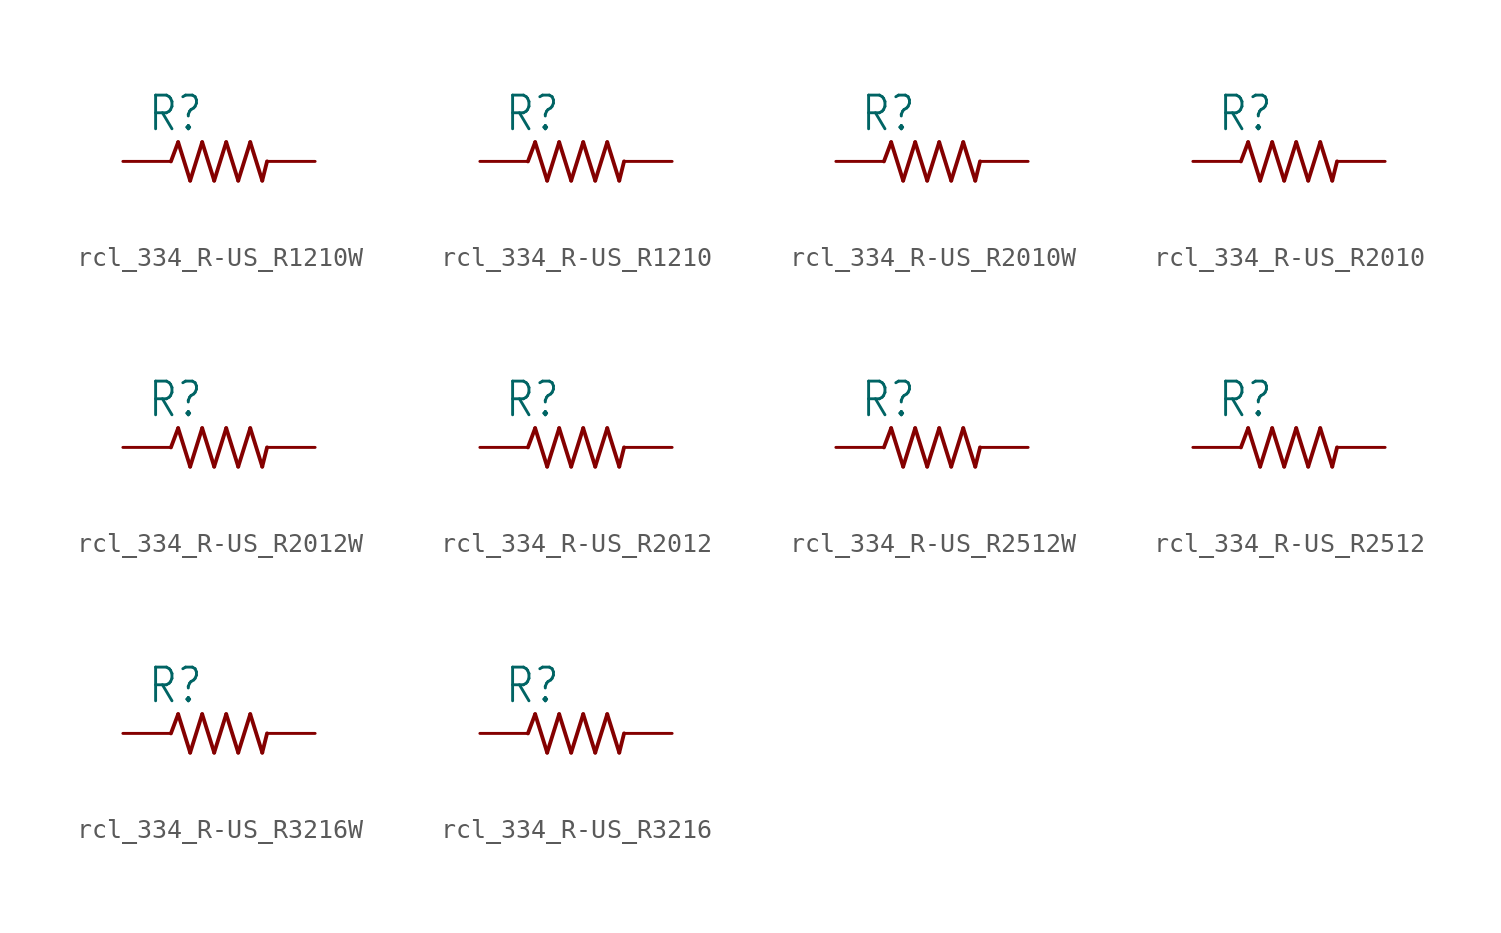
<source format=kicad_sym>
(kicad_symbol_lib
  (version 20241209)
  (generator "kicad_symbol_editor")
  (generator_version "9.0")
  (symbol "rcl_334_R-US_R1210W"
    (property "Reference" "R"
      (at -3.81 1.499 0)
      (effects (font (size 1.778 1.511)) (justify left bottom)))
    (property "Value" ""
      (at -3.81 -3.302 0)
      (effects (font (size 1.778 1.511)) (justify left bottom)))
    (property "ki_locked" ""
      (at 0 0 0)
      (effects (font (size 1.27 1.27))))
    (symbol "rcl_334_R-US_R1210W_1_0"
      (polyline (pts (xy -2.54 0) (xy -2.159 1.016)) (stroke (width 0.203) (type solid)) (fill (type none)))
      (polyline (pts (xy -2.159 1.016) (xy -1.524 -1.016)) (stroke (width 0.203) (type solid)) (fill (type none)))
      (polyline (pts (xy -1.524 -1.016) (xy -0.889 1.016)) (stroke (width 0.203) (type solid)) (fill (type none)))
      (polyline (pts (xy -0.889 1.016) (xy -0.254 -1.016)) (stroke (width 0.203) (type solid)) (fill (type none)))
      (polyline (pts (xy -0.254 -1.016) (xy 0.381 1.016)) (stroke (width 0.203) (type solid)) (fill (type none)))
      (polyline (pts (xy 0.381 1.016) (xy 1.016 -1.016)) (stroke (width 0.203) (type solid)) (fill (type none)))
      (polyline (pts (xy 1.016 -1.016) (xy 1.651 1.016)) (stroke (width 0.203) (type solid)) (fill (type none)))
      (polyline (pts (xy 1.651 1.016) (xy 2.286 -1.016)) (stroke (width 0.203) (type solid)) (fill (type none)))
      (polyline (pts (xy 2.286 -1.016) (xy 2.54 0)) (stroke (width 0.203) (type solid)) (fill (type none)))
      (pin passive line (at -5.08 0 0) (length 2.54) (name "1" (effects (font (size 0 0)))) (number "1" (effects (font (size 0 0)))))
      (pin passive line (at 5.08 0 180) (length 2.54) (name "2" (effects (font (size 0 0)))) (number "2" (effects (font (size 0 0)))))))
  (symbol "rcl_334_R-US_R1210"
    (property "Reference" "R"
      (at -3.81 1.499 0)
      (effects (font (size 1.778 1.511)) (justify left bottom)))
    (property "Value" ""
      (at -3.81 -3.302 0)
      (effects (font (size 1.778 1.511)) (justify left bottom)))
    (property "ki_locked" ""
      (at 0 0 0)
      (effects (font (size 1.27 1.27))))
    (symbol "rcl_334_R-US_R1210_1_0"
      (polyline (pts (xy -2.54 0) (xy -2.159 1.016)) (stroke (width 0.203) (type solid)) (fill (type none)))
      (polyline (pts (xy -2.159 1.016) (xy -1.524 -1.016)) (stroke (width 0.203) (type solid)) (fill (type none)))
      (polyline (pts (xy -1.524 -1.016) (xy -0.889 1.016)) (stroke (width 0.203) (type solid)) (fill (type none)))
      (polyline (pts (xy -0.889 1.016) (xy -0.254 -1.016)) (stroke (width 0.203) (type solid)) (fill (type none)))
      (polyline (pts (xy -0.254 -1.016) (xy 0.381 1.016)) (stroke (width 0.203) (type solid)) (fill (type none)))
      (polyline (pts (xy 0.381 1.016) (xy 1.016 -1.016)) (stroke (width 0.203) (type solid)) (fill (type none)))
      (polyline (pts (xy 1.016 -1.016) (xy 1.651 1.016)) (stroke (width 0.203) (type solid)) (fill (type none)))
      (polyline (pts (xy 1.651 1.016) (xy 2.286 -1.016)) (stroke (width 0.203) (type solid)) (fill (type none)))
      (polyline (pts (xy 2.286 -1.016) (xy 2.54 0)) (stroke (width 0.203) (type solid)) (fill (type none)))
      (pin passive line (at -5.08 0 0) (length 2.54) (name "1" (effects (font (size 0 0)))) (number "1" (effects (font (size 0 0)))))
      (pin passive line (at 5.08 0 180) (length 2.54) (name "2" (effects (font (size 0 0)))) (number "2" (effects (font (size 0 0)))))))
  (symbol "rcl_334_R-US_R2010W"
    (property "Reference" "R"
      (at -3.81 1.499 0)
      (effects (font (size 1.778 1.511)) (justify left bottom)))
    (property "Value" ""
      (at -3.81 -3.302 0)
      (effects (font (size 1.778 1.511)) (justify left bottom)))
    (property "ki_locked" ""
      (at 0 0 0)
      (effects (font (size 1.27 1.27))))
    (symbol "rcl_334_R-US_R2010W_1_0"
      (polyline (pts (xy -2.54 0) (xy -2.159 1.016)) (stroke (width 0.203) (type solid)) (fill (type none)))
      (polyline (pts (xy -2.159 1.016) (xy -1.524 -1.016)) (stroke (width 0.203) (type solid)) (fill (type none)))
      (polyline (pts (xy -1.524 -1.016) (xy -0.889 1.016)) (stroke (width 0.203) (type solid)) (fill (type none)))
      (polyline (pts (xy -0.889 1.016) (xy -0.254 -1.016)) (stroke (width 0.203) (type solid)) (fill (type none)))
      (polyline (pts (xy -0.254 -1.016) (xy 0.381 1.016)) (stroke (width 0.203) (type solid)) (fill (type none)))
      (polyline (pts (xy 0.381 1.016) (xy 1.016 -1.016)) (stroke (width 0.203) (type solid)) (fill (type none)))
      (polyline (pts (xy 1.016 -1.016) (xy 1.651 1.016)) (stroke (width 0.203) (type solid)) (fill (type none)))
      (polyline (pts (xy 1.651 1.016) (xy 2.286 -1.016)) (stroke (width 0.203) (type solid)) (fill (type none)))
      (polyline (pts (xy 2.286 -1.016) (xy 2.54 0)) (stroke (width 0.203) (type solid)) (fill (type none)))
      (pin passive line (at -5.08 0 0) (length 2.54) (name "1" (effects (font (size 0 0)))) (number "1" (effects (font (size 0 0)))))
      (pin passive line (at 5.08 0 180) (length 2.54) (name "2" (effects (font (size 0 0)))) (number "2" (effects (font (size 0 0)))))))
  (symbol "rcl_334_R-US_R2010"
    (property "Reference" "R"
      (at -3.81 1.499 0)
      (effects (font (size 1.778 1.511)) (justify left bottom)))
    (property "Value" ""
      (at -3.81 -3.302 0)
      (effects (font (size 1.778 1.511)) (justify left bottom)))
    (property "ki_locked" ""
      (at 0 0 0)
      (effects (font (size 1.27 1.27))))
    (symbol "rcl_334_R-US_R2010_1_0"
      (polyline (pts (xy -2.54 0) (xy -2.159 1.016)) (stroke (width 0.203) (type solid)) (fill (type none)))
      (polyline (pts (xy -2.159 1.016) (xy -1.524 -1.016)) (stroke (width 0.203) (type solid)) (fill (type none)))
      (polyline (pts (xy -1.524 -1.016) (xy -0.889 1.016)) (stroke (width 0.203) (type solid)) (fill (type none)))
      (polyline (pts (xy -0.889 1.016) (xy -0.254 -1.016)) (stroke (width 0.203) (type solid)) (fill (type none)))
      (polyline (pts (xy -0.254 -1.016) (xy 0.381 1.016)) (stroke (width 0.203) (type solid)) (fill (type none)))
      (polyline (pts (xy 0.381 1.016) (xy 1.016 -1.016)) (stroke (width 0.203) (type solid)) (fill (type none)))
      (polyline (pts (xy 1.016 -1.016) (xy 1.651 1.016)) (stroke (width 0.203) (type solid)) (fill (type none)))
      (polyline (pts (xy 1.651 1.016) (xy 2.286 -1.016)) (stroke (width 0.203) (type solid)) (fill (type none)))
      (polyline (pts (xy 2.286 -1.016) (xy 2.54 0)) (stroke (width 0.203) (type solid)) (fill (type none)))
      (pin passive line (at -5.08 0 0) (length 2.54) (name "1" (effects (font (size 0 0)))) (number "1" (effects (font (size 0 0)))))
      (pin passive line (at 5.08 0 180) (length 2.54) (name "2" (effects (font (size 0 0)))) (number "2" (effects (font (size 0 0)))))))
  (symbol "rcl_334_R-US_R2012W"
    (property "Reference" "R"
      (at -3.81 1.499 0)
      (effects (font (size 1.778 1.511)) (justify left bottom)))
    (property "Value" ""
      (at -3.81 -3.302 0)
      (effects (font (size 1.778 1.511)) (justify left bottom)))
    (property "ki_locked" ""
      (at 0 0 0)
      (effects (font (size 1.27 1.27))))
    (symbol "rcl_334_R-US_R2012W_1_0"
      (polyline (pts (xy -2.54 0) (xy -2.159 1.016)) (stroke (width 0.203) (type solid)) (fill (type none)))
      (polyline (pts (xy -2.159 1.016) (xy -1.524 -1.016)) (stroke (width 0.203) (type solid)) (fill (type none)))
      (polyline (pts (xy -1.524 -1.016) (xy -0.889 1.016)) (stroke (width 0.203) (type solid)) (fill (type none)))
      (polyline (pts (xy -0.889 1.016) (xy -0.254 -1.016)) (stroke (width 0.203) (type solid)) (fill (type none)))
      (polyline (pts (xy -0.254 -1.016) (xy 0.381 1.016)) (stroke (width 0.203) (type solid)) (fill (type none)))
      (polyline (pts (xy 0.381 1.016) (xy 1.016 -1.016)) (stroke (width 0.203) (type solid)) (fill (type none)))
      (polyline (pts (xy 1.016 -1.016) (xy 1.651 1.016)) (stroke (width 0.203) (type solid)) (fill (type none)))
      (polyline (pts (xy 1.651 1.016) (xy 2.286 -1.016)) (stroke (width 0.203) (type solid)) (fill (type none)))
      (polyline (pts (xy 2.286 -1.016) (xy 2.54 0)) (stroke (width 0.203) (type solid)) (fill (type none)))
      (pin passive line (at -5.08 0 0) (length 2.54) (name "1" (effects (font (size 0 0)))) (number "1" (effects (font (size 0 0)))))
      (pin passive line (at 5.08 0 180) (length 2.54) (name "2" (effects (font (size 0 0)))) (number "2" (effects (font (size 0 0)))))))
  (symbol "rcl_334_R-US_R2012"
    (property "Reference" "R"
      (at -3.81 1.499 0)
      (effects (font (size 1.778 1.511)) (justify left bottom)))
    (property "Value" ""
      (at -3.81 -3.302 0)
      (effects (font (size 1.778 1.511)) (justify left bottom)))
    (property "ki_locked" ""
      (at 0 0 0)
      (effects (font (size 1.27 1.27))))
    (symbol "rcl_334_R-US_R2012_1_0"
      (polyline (pts (xy -2.54 0) (xy -2.159 1.016)) (stroke (width 0.203) (type solid)) (fill (type none)))
      (polyline (pts (xy -2.159 1.016) (xy -1.524 -1.016)) (stroke (width 0.203) (type solid)) (fill (type none)))
      (polyline (pts (xy -1.524 -1.016) (xy -0.889 1.016)) (stroke (width 0.203) (type solid)) (fill (type none)))
      (polyline (pts (xy -0.889 1.016) (xy -0.254 -1.016)) (stroke (width 0.203) (type solid)) (fill (type none)))
      (polyline (pts (xy -0.254 -1.016) (xy 0.381 1.016)) (stroke (width 0.203) (type solid)) (fill (type none)))
      (polyline (pts (xy 0.381 1.016) (xy 1.016 -1.016)) (stroke (width 0.203) (type solid)) (fill (type none)))
      (polyline (pts (xy 1.016 -1.016) (xy 1.651 1.016)) (stroke (width 0.203) (type solid)) (fill (type none)))
      (polyline (pts (xy 1.651 1.016) (xy 2.286 -1.016)) (stroke (width 0.203) (type solid)) (fill (type none)))
      (polyline (pts (xy 2.286 -1.016) (xy 2.54 0)) (stroke (width 0.203) (type solid)) (fill (type none)))
      (pin passive line (at -5.08 0 0) (length 2.54) (name "1" (effects (font (size 0 0)))) (number "1" (effects (font (size 0 0)))))
      (pin passive line (at 5.08 0 180) (length 2.54) (name "2" (effects (font (size 0 0)))) (number "2" (effects (font (size 0 0)))))))
  (symbol "rcl_334_R-US_R2512W"
    (property "Reference" "R"
      (at -3.81 1.499 0)
      (effects (font (size 1.778 1.511)) (justify left bottom)))
    (property "Value" ""
      (at -3.81 -3.302 0)
      (effects (font (size 1.778 1.511)) (justify left bottom)))
    (property "ki_locked" ""
      (at 0 0 0)
      (effects (font (size 1.27 1.27))))
    (symbol "rcl_334_R-US_R2512W_1_0"
      (polyline (pts (xy -2.54 0) (xy -2.159 1.016)) (stroke (width 0.203) (type solid)) (fill (type none)))
      (polyline (pts (xy -2.159 1.016) (xy -1.524 -1.016)) (stroke (width 0.203) (type solid)) (fill (type none)))
      (polyline (pts (xy -1.524 -1.016) (xy -0.889 1.016)) (stroke (width 0.203) (type solid)) (fill (type none)))
      (polyline (pts (xy -0.889 1.016) (xy -0.254 -1.016)) (stroke (width 0.203) (type solid)) (fill (type none)))
      (polyline (pts (xy -0.254 -1.016) (xy 0.381 1.016)) (stroke (width 0.203) (type solid)) (fill (type none)))
      (polyline (pts (xy 0.381 1.016) (xy 1.016 -1.016)) (stroke (width 0.203) (type solid)) (fill (type none)))
      (polyline (pts (xy 1.016 -1.016) (xy 1.651 1.016)) (stroke (width 0.203) (type solid)) (fill (type none)))
      (polyline (pts (xy 1.651 1.016) (xy 2.286 -1.016)) (stroke (width 0.203) (type solid)) (fill (type none)))
      (polyline (pts (xy 2.286 -1.016) (xy 2.54 0)) (stroke (width 0.203) (type solid)) (fill (type none)))
      (pin passive line (at -5.08 0 0) (length 2.54) (name "1" (effects (font (size 0 0)))) (number "1" (effects (font (size 0 0)))))
      (pin passive line (at 5.08 0 180) (length 2.54) (name "2" (effects (font (size 0 0)))) (number "2" (effects (font (size 0 0)))))))
  (symbol "rcl_334_R-US_R2512"
    (property "Reference" "R"
      (at -3.81 1.499 0)
      (effects (font (size 1.778 1.511)) (justify left bottom)))
    (property "Value" ""
      (at -3.81 -3.302 0)
      (effects (font (size 1.778 1.511)) (justify left bottom)))
    (property "ki_locked" ""
      (at 0 0 0)
      (effects (font (size 1.27 1.27))))
    (symbol "rcl_334_R-US_R2512_1_0"
      (polyline (pts (xy -2.54 0) (xy -2.159 1.016)) (stroke (width 0.203) (type solid)) (fill (type none)))
      (polyline (pts (xy -2.159 1.016) (xy -1.524 -1.016)) (stroke (width 0.203) (type solid)) (fill (type none)))
      (polyline (pts (xy -1.524 -1.016) (xy -0.889 1.016)) (stroke (width 0.203) (type solid)) (fill (type none)))
      (polyline (pts (xy -0.889 1.016) (xy -0.254 -1.016)) (stroke (width 0.203) (type solid)) (fill (type none)))
      (polyline (pts (xy -0.254 -1.016) (xy 0.381 1.016)) (stroke (width 0.203) (type solid)) (fill (type none)))
      (polyline (pts (xy 0.381 1.016) (xy 1.016 -1.016)) (stroke (width 0.203) (type solid)) (fill (type none)))
      (polyline (pts (xy 1.016 -1.016) (xy 1.651 1.016)) (stroke (width 0.203) (type solid)) (fill (type none)))
      (polyline (pts (xy 1.651 1.016) (xy 2.286 -1.016)) (stroke (width 0.203) (type solid)) (fill (type none)))
      (polyline (pts (xy 2.286 -1.016) (xy 2.54 0)) (stroke (width 0.203) (type solid)) (fill (type none)))
      (pin passive line (at -5.08 0 0) (length 2.54) (name "1" (effects (font (size 0 0)))) (number "1" (effects (font (size 0 0)))))
      (pin passive line (at 5.08 0 180) (length 2.54) (name "2" (effects (font (size 0 0)))) (number "2" (effects (font (size 0 0)))))))
  (symbol "rcl_334_R-US_R3216W"
    (property "Reference" "R"
      (at -3.81 1.499 0)
      (effects (font (size 1.778 1.511)) (justify left bottom)))
    (property "Value" ""
      (at -3.81 -3.302 0)
      (effects (font (size 1.778 1.511)) (justify left bottom)))
    (property "ki_locked" ""
      (at 0 0 0)
      (effects (font (size 1.27 1.27))))
    (symbol "rcl_334_R-US_R3216W_1_0"
      (polyline (pts (xy -2.54 0) (xy -2.159 1.016)) (stroke (width 0.203) (type solid)) (fill (type none)))
      (polyline (pts (xy -2.159 1.016) (xy -1.524 -1.016)) (stroke (width 0.203) (type solid)) (fill (type none)))
      (polyline (pts (xy -1.524 -1.016) (xy -0.889 1.016)) (stroke (width 0.203) (type solid)) (fill (type none)))
      (polyline (pts (xy -0.889 1.016) (xy -0.254 -1.016)) (stroke (width 0.203) (type solid)) (fill (type none)))
      (polyline (pts (xy -0.254 -1.016) (xy 0.381 1.016)) (stroke (width 0.203) (type solid)) (fill (type none)))
      (polyline (pts (xy 0.381 1.016) (xy 1.016 -1.016)) (stroke (width 0.203) (type solid)) (fill (type none)))
      (polyline (pts (xy 1.016 -1.016) (xy 1.651 1.016)) (stroke (width 0.203) (type solid)) (fill (type none)))
      (polyline (pts (xy 1.651 1.016) (xy 2.286 -1.016)) (stroke (width 0.203) (type solid)) (fill (type none)))
      (polyline (pts (xy 2.286 -1.016) (xy 2.54 0)) (stroke (width 0.203) (type solid)) (fill (type none)))
      (pin passive line (at -5.08 0 0) (length 2.54) (name "1" (effects (font (size 0 0)))) (number "1" (effects (font (size 0 0)))))
      (pin passive line (at 5.08 0 180) (length 2.54) (name "2" (effects (font (size 0 0)))) (number "2" (effects (font (size 0 0)))))))
  (symbol "rcl_334_R-US_R3216"
    (property "Reference" "R"
      (at -3.81 1.499 0)
      (effects (font (size 1.778 1.511)) (justify left bottom)))
    (property "Value" ""
      (at -3.81 -3.302 0)
      (effects (font (size 1.778 1.511)) (justify left bottom)))
    (property "ki_locked" ""
      (at 0 0 0)
      (effects (font (size 1.27 1.27))))
    (symbol "rcl_334_R-US_R3216_1_0"
      (polyline (pts (xy -2.54 0) (xy -2.159 1.016)) (stroke (width 0.203) (type solid)) (fill (type none)))
      (polyline (pts (xy -2.159 1.016) (xy -1.524 -1.016)) (stroke (width 0.203) (type solid)) (fill (type none)))
      (polyline (pts (xy -1.524 -1.016) (xy -0.889 1.016)) (stroke (width 0.203) (type solid)) (fill (type none)))
      (polyline (pts (xy -0.889 1.016) (xy -0.254 -1.016)) (stroke (width 0.203) (type solid)) (fill (type none)))
      (polyline (pts (xy -0.254 -1.016) (xy 0.381 1.016)) (stroke (width 0.203) (type solid)) (fill (type none)))
      (polyline (pts (xy 0.381 1.016) (xy 1.016 -1.016)) (stroke (width 0.203) (type solid)) (fill (type none)))
      (polyline (pts (xy 1.016 -1.016) (xy 1.651 1.016)) (stroke (width 0.203) (type solid)) (fill (type none)))
      (polyline (pts (xy 1.651 1.016) (xy 2.286 -1.016)) (stroke (width 0.203) (type solid)) (fill (type none)))
      (polyline (pts (xy 2.286 -1.016) (xy 2.54 0)) (stroke (width 0.203) (type solid)) (fill (type none)))
      (pin passive line (at -5.08 0 0) (length 2.54) (name "1" (effects (font (size 0 0)))) (number "1" (effects (font (size 0 0)))))
      (pin passive line (at 5.08 0 180) (length 2.54) (name "2" (effects (font (size 0 0)))) (number "2" (effects (font (size 0 0))))))))
</source>
